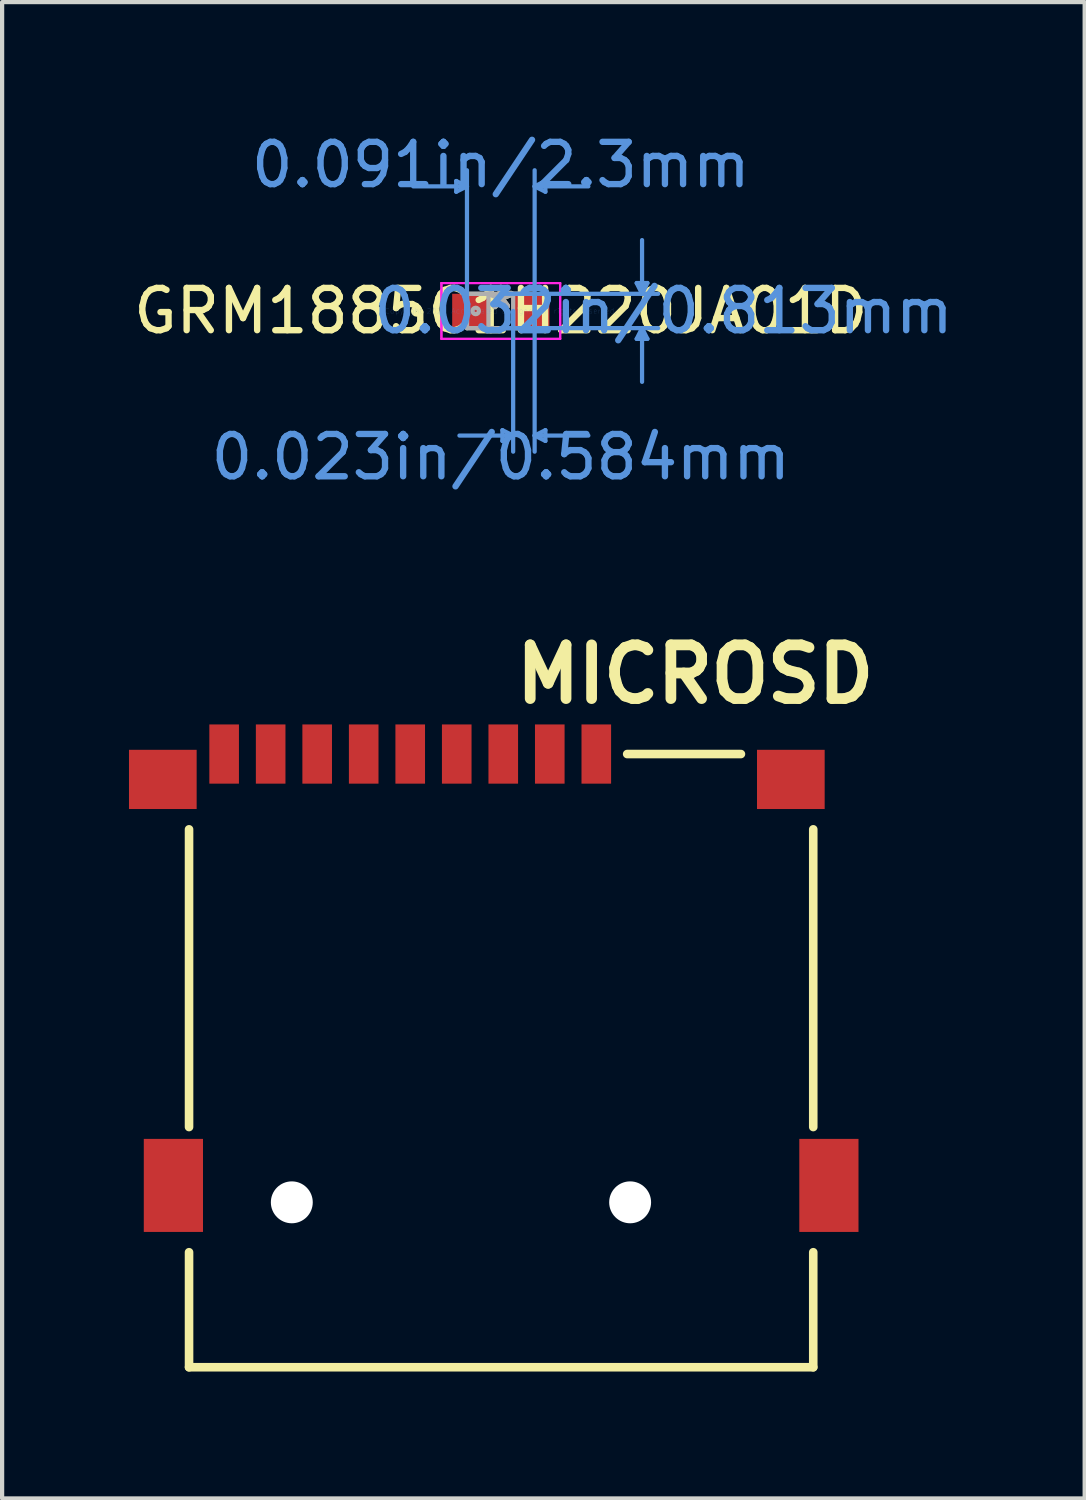
<source format=kicad_pcb>
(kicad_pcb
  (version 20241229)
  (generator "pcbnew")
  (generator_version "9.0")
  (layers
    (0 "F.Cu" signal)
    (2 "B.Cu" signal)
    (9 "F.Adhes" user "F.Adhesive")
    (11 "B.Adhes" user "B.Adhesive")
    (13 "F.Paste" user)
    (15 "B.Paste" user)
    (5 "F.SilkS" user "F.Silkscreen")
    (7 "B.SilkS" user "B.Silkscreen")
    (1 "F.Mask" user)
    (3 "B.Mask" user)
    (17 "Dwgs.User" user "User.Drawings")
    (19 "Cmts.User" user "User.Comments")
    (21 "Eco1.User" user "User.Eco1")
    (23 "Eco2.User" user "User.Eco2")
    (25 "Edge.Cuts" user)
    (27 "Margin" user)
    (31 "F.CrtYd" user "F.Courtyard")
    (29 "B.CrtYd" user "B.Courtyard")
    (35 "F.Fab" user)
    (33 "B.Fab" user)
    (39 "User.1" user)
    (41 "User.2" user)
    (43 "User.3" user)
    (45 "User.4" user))
  (footprint "GRM1885C1H220JA01D"
    (layer "F.Cu")
    (at 8.792 4.303)
    (property "Reference" "GRM1885C1H220JA01D" (at 0 0 0) (layer "F.SilkS") (effects (font (size 1 1) (thickness 0.15))))
    (attr through_hole)
    (fp_circle (center -1.988 0) (end -1.912 0) (stroke (width 0.12) (type solid)) (fill no) (layer "F.SilkS"))
    (fp_line (start -1.054 -3.073) (end -1.054 -2.819) (stroke (width 0.1) (type solid)) (layer "Cmts.User"))
    (fp_line (start -0.8 -2.946) (end -2.07 -2.946) (stroke (width 0.1) (type solid)) (layer "Cmts.User"))
    (fp_line (start -0.8 -2.946) (end -1.054 -3.073) (stroke (width 0.1) (type solid)) (layer "Cmts.User"))
    (fp_line (start -0.8 -2.946) (end -1.054 -2.819) (stroke (width 0.1) (type solid)) (layer "Cmts.User"))
    (fp_line (start -0.8 0) (end -0.8 -3.327) (stroke (width 0.1) (type solid)) (layer "Cmts.User"))
    (fp_line (start 0 -0.406) (end 3.721 -0.406) (stroke (width 0.1) (type solid)) (layer "Cmts.User"))
    (fp_line (start 0 0.406) (end 3.721 0.406) (stroke (width 0.1) (type solid)) (layer "Cmts.User"))
    (fp_line (start 0.038 2.819) (end 0.038 3.073) (stroke (width 0.1) (type solid)) (layer "Cmts.User"))
    (fp_line (start 0.292 0) (end 0.292 3.327) (stroke (width 0.1) (type solid)) (layer "Cmts.User"))
    (fp_line (start 0.292 2.946) (end -0.978 2.946) (stroke (width 0.1) (type solid)) (layer "Cmts.User"))
    (fp_line (start 0.292 2.946) (end 0.038 2.819) (stroke (width 0.1) (type solid)) (layer "Cmts.User"))
    (fp_line (start 0.292 2.946) (end 0.038 3.073) (stroke (width 0.1) (type solid)) (layer "Cmts.User"))
    (fp_line (start 0.8 -2.946) (end 1.054 -3.073) (stroke (width 0.1) (type solid)) (layer "Cmts.User"))
    (fp_line (start 0.8 -2.946) (end 1.054 -2.819) (stroke (width 0.1) (type solid)) (layer "Cmts.User"))
    (fp_line (start 0.8 -2.946) (end 2.07 -2.946) (stroke (width 0.1) (type solid)) (layer "Cmts.User"))
    (fp_line (start 0.8 0) (end 0.8 -3.327) (stroke (width 0.1) (type solid)) (layer "Cmts.User"))
    (fp_line (start 0.8 0) (end 0.8 3.327) (stroke (width 0.1) (type solid)) (layer "Cmts.User"))
    (fp_line (start 0.8 2.946) (end 1.054 2.819) (stroke (width 0.1) (type solid)) (layer "Cmts.User"))
    (fp_line (start 0.8 2.946) (end 1.054 3.073) (stroke (width 0.1) (type solid)) (layer "Cmts.User"))
    (fp_line (start 0.8 2.946) (end 2.07 2.946) (stroke (width 0.1) (type solid)) (layer "Cmts.User"))
    (fp_line (start 1.054 -3.073) (end 1.054 -2.819) (stroke (width 0.1) (type solid)) (layer "Cmts.User"))
    (fp_line (start 1.054 2.819) (end 1.054 3.073) (stroke (width 0.1) (type solid)) (layer "Cmts.User"))
    (fp_line (start 3.213 -0.66) (end 3.467 -0.66) (stroke (width 0.1) (type solid)) (layer "Cmts.User"))
    (fp_line (start 3.213 0.66) (end 3.467 0.66) (stroke (width 0.1) (type solid)) (layer "Cmts.User"))
    (fp_line (start 3.34 -0.406) (end 3.213 -0.66) (stroke (width 0.1) (type solid)) (layer "Cmts.User"))
    (fp_line (start 3.34 -0.406) (end 3.34 -1.676) (stroke (width 0.1) (type solid)) (layer "Cmts.User"))
    (fp_line (start 3.34 -0.406) (end 3.467 -0.66) (stroke (width 0.1) (type solid)) (layer "Cmts.User"))
    (fp_line (start 3.34 0.406) (end 3.213 0.66) (stroke (width 0.1) (type solid)) (layer "Cmts.User"))
    (fp_line (start 3.34 0.406) (end 3.34 1.676) (stroke (width 0.1) (type solid)) (layer "Cmts.User"))
    (fp_line (start 3.34 0.406) (end 3.467 0.66) (stroke (width 0.1) (type solid)) (layer "Cmts.User"))
    (fp_line (start -1.404 -0.66) (end 1.404 -0.66) (stroke (width 0.05) (type solid)) (layer "F.CrtYd"))
    (fp_line (start -1.404 -0.66) (end 1.404 -0.66) (stroke (width 0.05) (type solid)) (layer "F.CrtYd"))
    (fp_line (start -1.404 0.66) (end -1.404 -0.66) (stroke (width 0.05) (type solid)) (layer "F.CrtYd"))
    (fp_line (start -1.404 0.66) (end -1.404 -0.66) (stroke (width 0.05) (type solid)) (layer "F.CrtYd"))
    (fp_line (start 1.404 -0.66) (end 1.404 0.66) (stroke (width 0.05) (type solid)) (layer "F.CrtYd"))
    (fp_line (start 1.404 -0.66) (end 1.404 0.66) (stroke (width 0.05) (type solid)) (layer "F.CrtYd"))
    (fp_line (start 1.404 0.66) (end -1.404 0.66) (stroke (width 0.05) (type solid)) (layer "F.CrtYd"))
    (fp_line (start 1.404 0.66) (end -1.404 0.66) (stroke (width 0.05) (type solid)) (layer "F.CrtYd"))
    (fp_line (start -0.8 -0.406) (end -0.8 0.406) (stroke (width 0.1) (type solid)) (layer "F.Fab"))
    (fp_line (start -0.8 -0.406) (end -0.8 0.406) (stroke (width 0.1) (type solid)) (layer "F.Fab"))
    (fp_line (start -0.8 0.406) (end -0.292 0.406) (stroke (width 0.1) (type solid)) (layer "F.Fab"))
    (fp_line (start -0.8 0.406) (end 0.8 0.406) (stroke (width 0.1) (type solid)) (layer "F.Fab"))
    (fp_line (start -0.292 -0.406) (end -0.8 -0.406) (stroke (width 0.1) (type solid)) (layer "F.Fab"))
    (fp_line (start -0.292 0.406) (end -0.292 -0.406) (stroke (width 0.1) (type solid)) (layer "F.Fab"))
    (fp_line (start 0.292 -0.406) (end 0.292 0.406) (stroke (width 0.1) (type solid)) (layer "F.Fab"))
    (fp_line (start 0.292 0.406) (end 0.8 0.406) (stroke (width 0.1) (type solid)) (layer "F.Fab"))
    (fp_line (start 0.8 -0.406) (end -0.8 -0.406) (stroke (width 0.1) (type solid)) (layer "F.Fab"))
    (fp_line (start 0.8 -0.406) (end 0.292 -0.406) (stroke (width 0.1) (type solid)) (layer "F.Fab"))
    (fp_line (start 0.8 0.406) (end 0.8 -0.406) (stroke (width 0.1) (type solid)) (layer "F.Fab"))
    (fp_line (start 0.8 0.406) (end 0.8 -0.406) (stroke (width 0.1) (type solid)) (layer "F.Fab"))
    (fp_circle (center -0.594 0) (end -0.518 0) (stroke (width 0.1) (type solid)) (fill no) (layer "F.Fab"))
    (fp_text user "*" (at 0 0 0) (layer "F.SilkS") (effects (font (size 1 1) (thickness 0.15))))
    (fp_text user "0.032in/0.813mm" (at 3.848 0 0) (layer "Cmts.User") (effects (font (size 1 1) (thickness 0.15))))
    (fp_text user "Copyright 2021 Accelerated Designs. All rights reserved." (at 0 0 0) (layer "Cmts.User") (effects (font (size 0.127 0.127) (thickness 0.002))))
    (fp_text user "0.023in/0.584mm" (at 0 3.454 0) (layer "Cmts.User") (effects (font (size 1 1) (thickness 0.15))))
    (fp_text user "0.091in/2.3mm" (at 0 -3.454 0) (layer "Cmts.User") (effects (font (size 1 1) (thickness 0.15))))
    (fp_text user "*" (at 0 0 0) (layer "F.Fab") (effects (font (size 1 1) (thickness 0.15))))
    (pad "1" smd rect (at -0.721 0) (size 0.858 0.813) (layers "F.Cu" "F.Mask" "F.Paste"))
    (pad "2" smd rect (at 0.721 0) (size 0.858 0.813) (layers "F.Cu" "F.Mask" "F.Paste")))
  (footprint "MICROSD"
    (layer "F.Cu")
    (at 11.05 14.78)
    (property "Reference" "MICROSD" (at -2.032 -1.143 0) (unlocked yes) (layer "F.SilkS") (effects (font (size 1.27 1.27) (thickness 0.254)) (justify left bottom)))
    (fp_line (start -9.63 8.82) (end -9.63 1.78) (stroke (width 0.203) (type solid)) (layer "F.SilkS"))
    (fp_line (start -9.63 14.5) (end -9.63 11.78) (stroke (width 0.203) (type solid)) (layer "F.SilkS"))
    (fp_line (start 3.42 0) (end 0.73 0) (stroke (width 0.203) (type solid)) (layer "F.SilkS"))
    (fp_line (start 5.13 8.82) (end 5.13 1.78) (stroke (width 0.203) (type solid)) (layer "F.SilkS"))
    (fp_line (start 5.13 14.5) (end -9.63 14.5) (stroke (width 0.203) (type solid)) (layer "F.SilkS"))
    (fp_line (start 5.13 14.5) (end 5.13 11.78) (stroke (width 0.203) (type solid)) (layer "F.SilkS"))
    (fp_line (start -9.63 14.5) (end -9.63 0) (stroke (width 0.203) (type solid)) (layer "Eco1.User"))
    (fp_line (start -2.25 8.52) (end -2.25 5.98) (stroke (width 0.203) (type solid)) (layer "Eco1.User"))
    (fp_line (start -0.98 7.25) (end -3.52 7.25) (stroke (width 0.203) (type solid)) (layer "Eco1.User"))
    (fp_line (start 5.13 0) (end -9.63 0) (stroke (width 0.203) (type solid)) (layer "Eco1.User"))
    (fp_line (start 5.13 14.5) (end -9.63 14.5) (stroke (width 0.203) (type solid)) (layer "Eco1.User"))
    (fp_line (start 5.13 14.5) (end 5.13 0) (stroke (width 0.203) (type solid)) (layer "Eco1.User"))
    (pad "" np_thru_hole circle (at -7.2 10.6) (size 0.991 0.991) (drill 0.991) (layers "*.Cu"))
    (pad "" np_thru_hole circle (at 0.8 10.6) (size 0.991 0.991) (drill 0.991) (layers "*.Cu"))
    (pad "1" smd rect (at 0 0 90) (size 1.4 0.7) (layers "F.Cu" "F.Paste"))
    (pad "2" smd rect (at -1.1 0 90) (size 1.4 0.7) (layers "F.Cu" "F.Paste"))
    (pad "3" smd rect (at -2.2 0 90) (size 1.4 0.7) (layers "F.Cu" "F.Paste"))
    (pad "4" smd rect (at -3.3 0 90) (size 1.4 0.7) (layers "F.Cu" "F.Paste"))
    (pad "5" smd rect (at -4.4 0 90) (size 1.4 0.7) (layers "F.Cu" "F.Paste"))
    (pad "6" smd rect (at -5.5 0 90) (size 1.4 0.7) (layers "F.Cu" "F.Paste"))
    (pad "7" smd rect (at -6.6 0 90) (size 1.4 0.7) (layers "F.Cu" "F.Paste"))
    (pad "8" smd rect (at -7.7 0 90) (size 1.4 0.7) (layers "F.Cu" "F.Paste"))
    (pad "9" smd rect (at -8.8 0 90) (size 1.4 0.7) (layers "F.Cu" "F.Paste"))
    (pad "10" smd rect (at 4.6 0.6) (size 1.6 1.4) (layers "F.Cu" "F.Paste"))
    (pad "11" smd rect (at -10.25 0.6) (size 1.6 1.4) (layers "F.Cu" "F.Paste"))
    (pad "12" smd rect (at 5.5 10.2 90) (size 2.2 1.4) (layers "F.Cu" "F.Paste"))
    (pad "13" smd rect (at -10 10.2 90) (size 2.2 1.4) (layers "F.Cu" "F.Paste")))
  (gr_rect
    (start -3 -3)
    (end 22.598 32.382)
    (stroke (width 0.1) (type default))
    (fill no)
    (layer "Edge.Cuts")))
</source>
